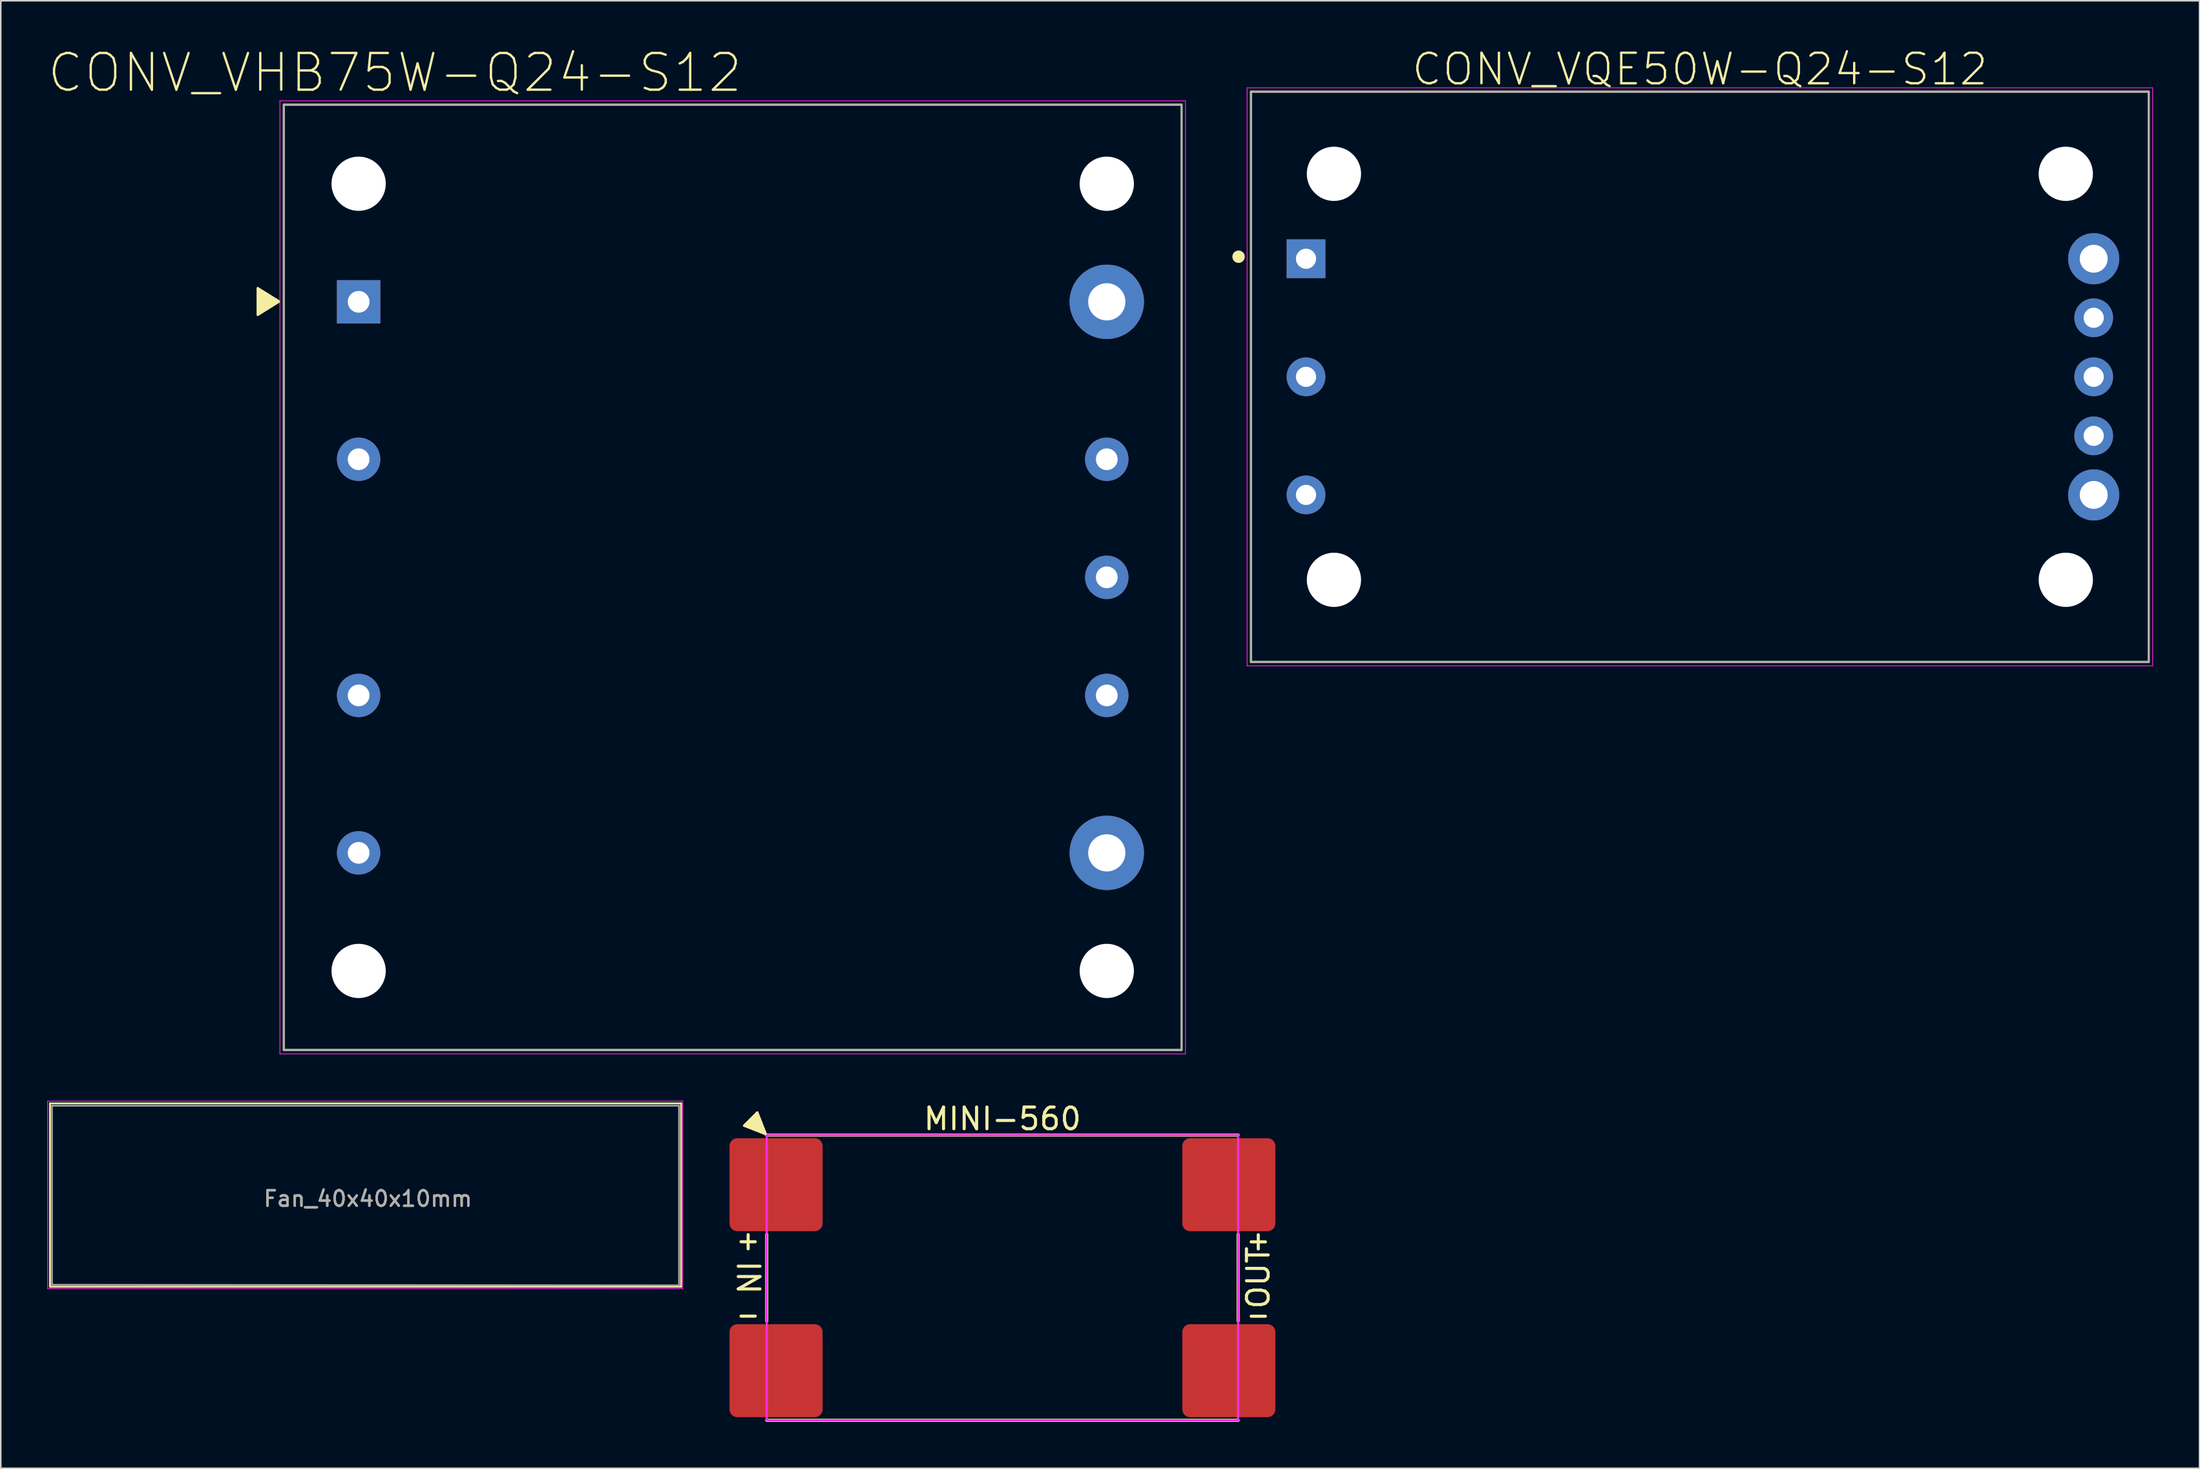
<source format=kicad_pcb>
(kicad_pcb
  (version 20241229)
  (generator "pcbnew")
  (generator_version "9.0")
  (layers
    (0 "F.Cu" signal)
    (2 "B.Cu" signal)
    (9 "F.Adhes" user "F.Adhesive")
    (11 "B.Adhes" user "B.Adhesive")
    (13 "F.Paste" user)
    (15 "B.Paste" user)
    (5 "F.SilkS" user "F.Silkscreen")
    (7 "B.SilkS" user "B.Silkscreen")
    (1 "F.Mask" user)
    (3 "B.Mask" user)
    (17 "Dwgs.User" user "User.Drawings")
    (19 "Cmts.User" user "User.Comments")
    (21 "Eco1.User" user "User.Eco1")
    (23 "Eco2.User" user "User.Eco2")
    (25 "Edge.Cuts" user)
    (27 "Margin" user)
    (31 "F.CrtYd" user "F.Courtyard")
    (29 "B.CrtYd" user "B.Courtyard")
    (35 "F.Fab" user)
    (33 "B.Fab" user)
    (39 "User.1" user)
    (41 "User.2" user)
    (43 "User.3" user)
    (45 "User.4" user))
  (footprint "CONV_VHB75W-Q24-S12"
    (layer "F.Cu")
    (at 44.204 34.207)
    (property "Reference" "CONV_VHB75W-Q24-S12" (at -21.79 -32.559 0) (layer "F.SilkS") (effects (font (size 2.367 2.367) (thickness 0.15))))
    (attr through_hole)
    (fp_line (start -28.95 -30.5) (end 28.95 -30.5) (stroke (width 0.127) (type solid)) (layer "F.SilkS"))
    (fp_line (start -28.95 30.5) (end -28.95 -30.5) (stroke (width 0.127) (type solid)) (layer "F.SilkS"))
    (fp_line (start 28.95 -30.5) (end 28.95 30.5) (stroke (width 0.127) (type solid)) (layer "F.SilkS"))
    (fp_line (start 28.95 30.5) (end -28.95 30.5) (stroke (width 0.127) (type solid)) (layer "F.SilkS"))
    (fp_line (start -29.2 -30.75) (end 29.2 -30.75) (stroke (width 0.05) (type solid)) (layer "F.CrtYd"))
    (fp_line (start -29.2 30.75) (end -29.2 -30.75) (stroke (width 0.05) (type solid)) (layer "F.CrtYd"))
    (fp_line (start 29.2 -30.75) (end 29.2 30.75) (stroke (width 0.05) (type solid)) (layer "F.CrtYd"))
    (fp_line (start 29.2 30.75) (end -29.2 30.75) (stroke (width 0.05) (type solid)) (layer "F.CrtYd"))
    (fp_line (start -28.95 -30.5) (end 28.95 -30.5) (stroke (width 0.127) (type solid)) (layer "F.Fab"))
    (fp_line (start -28.95 30.5) (end -28.95 -30.5) (stroke (width 0.127) (type solid)) (layer "F.Fab"))
    (fp_line (start 28.95 -30.5) (end 28.95 30.5) (stroke (width 0.127) (type solid)) (layer "F.Fab"))
    (fp_line (start 28.95 30.5) (end -28.95 30.5) (stroke (width 0.127) (type solid)) (layer "F.Fab"))
    (fp_circle (center -24.125 -17.78) (end -23.925 -17.78) (stroke (width 0.4) (type solid)) (fill no) (layer "F.Fab"))
    (fp_text user "▲" (at -29.8 -17.8 270) (unlocked yes) (layer "F.SilkS") (effects (font (size 1.8 2) (thickness 0.15))))
    (pad "" np_thru_hole circle (at -24.125 -25.4) (size 3.5 3.5) (drill 3.5) (layers "*.Cu" "*.Mask"))
    (pad "" np_thru_hole circle (at -24.125 25.4) (size 3.5 3.5) (drill 3.5) (layers "*.Cu" "*.Mask"))
    (pad "" np_thru_hole circle (at 24.125 -25.4) (size 3.5 3.5) (drill 3.5) (layers "*.Cu" "*.Mask"))
    (pad "" np_thru_hole circle (at 24.125 25.4) (size 3.5 3.5) (drill 3.5) (layers "*.Cu" "*.Mask"))
    (pad "1" thru_hole rect (at -24.125 -17.78) (size 2.8 2.8) (drill 1.4) (layers "*.Cu" "*.Mask"))
    (pad "2" thru_hole circle (at -24.125 -7.62) (size 2.8 2.8) (drill 1.4) (layers "*.Cu" "*.Mask"))
    (pad "3" thru_hole circle (at -24.125 7.62) (size 2.8 2.8) (drill 1.4) (layers "*.Cu" "*.Mask"))
    (pad "4" thru_hole circle (at -24.125 17.78) (size 2.8 2.8) (drill 1.4) (layers "*.Cu" "*.Mask"))
    (pad "5" thru_hole circle (at 24.125 17.78) (size 4.8 4.8) (drill 2.4) (layers "*.Cu" "*.Mask"))
    (pad "6" thru_hole circle (at 24.125 7.62) (size 2.8 2.8) (drill 1.4) (layers "*.Cu" "*.Mask"))
    (pad "7" thru_hole circle (at 24.125 0) (size 2.8 2.8) (drill 1.4) (layers "*.Cu" "*.Mask"))
    (pad "8" thru_hole circle (at 24.125 -7.62) (size 2.8 2.8) (drill 1.4) (layers "*.Cu" "*.Mask"))
    (pad "9" thru_hole circle (at 24.125 -17.78) (size 4.8 4.8) (drill 2.4) (layers "*.Cu" "*.Mask")))
  (footprint "CONV_VQE50W-Q24-S12"
    (layer "F.Cu")
    (at 106.579 21.267)
    (property "Reference" "CONV_VQE50W-Q24-S12" (at 0 -19.85 0) (layer "F.SilkS") (effects (font (size 1.972 1.972) (thickness 0.15))))
    (attr through_hole)
    (fp_line (start -28.95 -18.4) (end 28.95 -18.4) (stroke (width 0.127) (type solid)) (layer "F.SilkS"))
    (fp_line (start -28.95 18.4) (end -28.95 -18.4) (stroke (width 0.127) (type solid)) (layer "F.SilkS"))
    (fp_line (start 28.95 -18.4) (end 28.95 18.4) (stroke (width 0.127) (type solid)) (layer "F.SilkS"))
    (fp_line (start 28.95 18.4) (end -28.95 18.4) (stroke (width 0.127) (type solid)) (layer "F.SilkS"))
    (fp_circle (center -29.75 -7.75) (end -29.55 -7.75) (stroke (width 0.4) (type solid)) (fill no) (layer "F.SilkS"))
    (fp_line (start -29.2 -18.65) (end 29.2 -18.65) (stroke (width 0.05) (type solid)) (layer "F.CrtYd"))
    (fp_line (start -29.2 18.65) (end -29.2 -18.65) (stroke (width 0.05) (type solid)) (layer "F.CrtYd"))
    (fp_line (start 29.2 -18.65) (end 29.2 18.65) (stroke (width 0.05) (type solid)) (layer "F.CrtYd"))
    (fp_line (start 29.2 18.65) (end -29.2 18.65) (stroke (width 0.05) (type solid)) (layer "F.CrtYd"))
    (fp_line (start -28.95 -18.4) (end 28.95 -18.4) (stroke (width 0.127) (type solid)) (layer "F.Fab"))
    (fp_line (start -28.95 18.4) (end -28.95 -18.4) (stroke (width 0.127) (type solid)) (layer "F.Fab"))
    (fp_line (start 28.95 -18.4) (end 28.95 18.4) (stroke (width 0.127) (type solid)) (layer "F.Fab"))
    (fp_line (start 28.95 18.4) (end -28.95 18.4) (stroke (width 0.127) (type solid)) (layer "F.Fab"))
    (fp_circle (center -25.432 -7.623) (end -25.232 -7.623) (stroke (width 0.4) (type solid)) (fill no) (layer "F.Fab"))
    (pad "" np_thru_hole circle (at -23.6 -13.1) (size 3.5 3.5) (drill 3.5) (layers "*.Cu" "*.Mask"))
    (pad "" np_thru_hole circle (at -23.6 13.1) (size 3.5 3.5) (drill 3.5) (layers "*.Cu" "*.Mask"))
    (pad "" np_thru_hole circle (at 23.6 -13.1) (size 3.5 3.5) (drill 3.5) (layers "*.Cu" "*.Mask"))
    (pad "" np_thru_hole circle (at 23.6 13.1) (size 3.5 3.5) (drill 3.5) (layers "*.Cu" "*.Mask"))
    (pad "1" thru_hole rect (at -25.4 -7.62) (size 2.5 2.5) (drill 1.3) (layers "*.Cu" "*.Mask"))
    (pad "2" thru_hole circle (at -25.4 0) (size 2.5 2.5) (drill 1.3) (layers "*.Cu" "*.Mask"))
    (pad "3" thru_hole circle (at -25.4 7.62) (size 2.5 2.5) (drill 1.3) (layers "*.Cu" "*.Mask"))
    (pad "4" thru_hole circle (at 25.4 7.62) (size 3.3 3.3) (drill 1.8) (layers "*.Cu" "*.Mask"))
    (pad "5" thru_hole circle (at 25.4 3.81) (size 2.5 2.5) (drill 1.3) (layers "*.Cu" "*.Mask"))
    (pad "6" thru_hole circle (at 25.4 0) (size 2.5 2.5) (drill 1.3) (layers "*.Cu" "*.Mask"))
    (pad "7" thru_hole circle (at 25.4 -3.81) (size 2.5 2.5) (drill 1.3) (layers "*.Cu" "*.Mask"))
    (pad "8" thru_hole circle (at 25.4 -7.62) (size 3.3 3.3) (drill 1.8) (layers "*.Cu" "*.Mask")))
  (footprint "Fan_40x40x10mm"
    (layer "F.Cu")
    (at 20.675 74.307)
    (property "Reference" "Fan_40x40x10mm" (at 0 0 0) (layer "F.SilkS") (effects (font (size 1 1) (thickness 0.15))))
    (attr through_hole)
    (fp_line (start -20.5 -6.15) (end -20.5 5.68) (stroke (width 0.12) (type solid)) (layer "F.SilkS"))
    (fp_line (start -20.5 -6.15) (end 20.2 -6.15) (stroke (width 0.12) (type solid)) (layer "F.SilkS"))
    (fp_line (start -20.5 5.68) (end 20.2 5.68) (stroke (width 0.12) (type solid)) (layer "F.SilkS"))
    (fp_line (start 20.2 -6.15) (end 20.2 5.68) (stroke (width 0.12) (type solid)) (layer "F.SilkS"))
    (fp_line (start -20.65 5.8) (end -20.65 -6.3) (stroke (width 0.05) (type solid)) (layer "F.CrtYd"))
    (fp_line (start -20.65 5.8) (end 20.3 5.8) (stroke (width 0.05) (type solid)) (layer "F.CrtYd"))
    (fp_line (start 20.3 -6.3) (end -20.65 -6.3) (stroke (width 0.05) (type solid)) (layer "F.CrtYd"))
    (fp_line (start 20.3 -6.3) (end 20.3 5.8) (stroke (width 0.05) (type solid)) (layer "F.CrtYd"))
    (fp_line (start -20.37 5.55) (end -20.37 -6) (stroke (width 0.1) (type solid)) (layer "F.Fab"))
    (fp_line (start -20.37 5.55) (end 20.066 5.588) (stroke (width 0.1) (type solid)) (layer "F.Fab"))
    (fp_line (start 20.066 -6) (end -20.37 -6) (stroke (width 0.1) (type solid)) (layer "F.Fab"))
    (fp_line (start 20.066 -6) (end 20.066 5.588) (stroke (width 0.1) (type solid)) (layer "F.Fab"))
    (fp_text user "${REFERENCE}" (at 0 0 0) (layer "F.Fab") (effects (font (size 1 1) (thickness 0.15)))))
  (footprint "MINI-560"
    (layer "F.Cu")
    (at 61.6 79.402)
    (property "Reference" "MINI-560" (at 0 -10.25 0) (layer "F.SilkS") (effects (font (size 1.4 1.4) (thickness 0.2))))
    (attr smd)
    (fp_line (start -15.2 -9.2) (end 15.2 -9.2) (stroke (width 0.2) (type solid)) (layer "F.SilkS"))
    (fp_line (start -15.2 2.8) (end -15.2 -2.8) (stroke (width 0.2) (type solid)) (layer "F.SilkS"))
    (fp_line (start -15.2 9.2) (end 15.2 9.2) (stroke (width 0.2) (type solid)) (layer "F.SilkS"))
    (fp_line (start 15.2 2.8) (end 15.2 -2.8) (stroke (width 0.2) (type solid)) (layer "F.SilkS"))
    (fp_rect (start 15.2 9.2) (end -15.2 -9.2) (stroke (width 0.12) (type solid)) (fill no) (layer "F.CrtYd"))
    (fp_rect (start 15.2 9.2) (end -15.2 -9.2) (stroke (width 0.12) (type solid)) (fill no) (layer "F.Fab"))
    (fp_text user "OUT" (at 16.5 0 90) (unlocked yes) (layer "F.SilkS") (effects (font (size 1.4 1.4) (thickness 0.2))))
    (fp_text user "▲" (at -15.65 -9.65 225) (unlocked yes) (layer "F.SilkS") (effects (font (size 1.8 1.4) (thickness 0.15))))
    (fp_text user "+" (at -16.4 -2.407 0) (unlocked yes) (layer "F.SilkS") (effects (font (size 1.2 1.2) (thickness 0.2))))
    (fp_text user "IN" (at -16.4 -0.007 270) (unlocked yes) (layer "F.SilkS") (effects (font (size 1.4 1.4) (thickness 0.2))))
    (fp_text user "-" (at 16.5 2.4 0) (unlocked yes) (layer "F.SilkS") (effects (font (size 1.2 1.2) (thickness 0.2))))
    (fp_text user "+" (at 16.5 -2.4 0) (unlocked yes) (layer "F.SilkS") (effects (font (size 1.2 1.2) (thickness 0.2))))
    (fp_text user "-" (at -16.4 2.393 0) (unlocked yes) (layer "F.SilkS") (effects (font (size 1.2 1.2) (thickness 0.2))))
    (pad "1" smd roundrect (at -14.6 -6) (size 6 6) (layers "F.Cu" "F.Mask" "F.Paste") (roundrect_rratio 0.083))
    (pad "2" smd roundrect (at -14.6 6) (size 6 6) (layers "F.Cu" "F.Mask" "F.Paste") (roundrect_rratio 0.083))
    (pad "3" smd roundrect (at 14.6 6) (size 6 6) (layers "F.Cu" "F.Mask" "F.Paste") (roundrect_rratio 0.083))
    (pad "4" smd roundrect (at 14.6 -6) (size 6 6) (layers "F.Cu" "F.Mask" "F.Paste") (roundrect_rratio 0.083)))
  (gr_rect
    (start -3 -3)
    (end 138.804 91.702)
    (stroke (width 0.1) (type default))
    (fill no)
    (layer "Edge.Cuts")))
</source>
